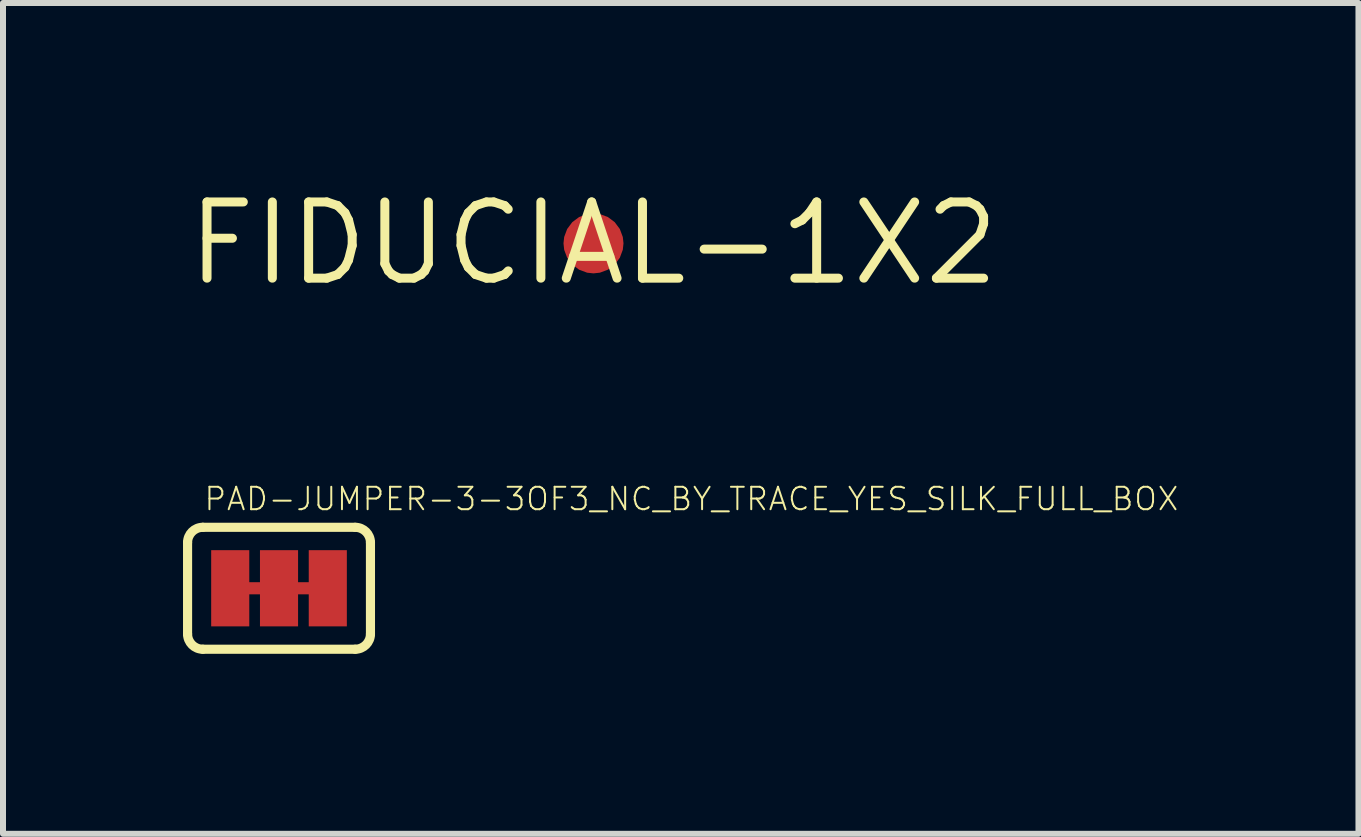
<source format=kicad_pcb>
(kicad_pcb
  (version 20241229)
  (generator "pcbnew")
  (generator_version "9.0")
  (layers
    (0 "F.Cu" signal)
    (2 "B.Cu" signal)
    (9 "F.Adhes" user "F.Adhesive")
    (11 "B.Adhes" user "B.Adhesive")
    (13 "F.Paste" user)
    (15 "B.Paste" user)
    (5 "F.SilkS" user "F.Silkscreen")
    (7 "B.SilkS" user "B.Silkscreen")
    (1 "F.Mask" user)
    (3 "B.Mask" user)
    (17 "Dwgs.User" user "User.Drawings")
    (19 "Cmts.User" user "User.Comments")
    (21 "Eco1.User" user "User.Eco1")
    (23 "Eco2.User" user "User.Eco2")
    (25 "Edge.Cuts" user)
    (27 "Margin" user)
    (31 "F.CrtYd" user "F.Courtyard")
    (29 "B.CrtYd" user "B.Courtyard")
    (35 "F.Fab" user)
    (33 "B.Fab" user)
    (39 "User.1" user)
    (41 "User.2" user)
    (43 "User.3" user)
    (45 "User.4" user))
  (footprint "FIDUCIAL-1X2"
    (layer "F.Cu")
    (at 6.841 1.006)
    (property "Reference" "FIDUCIAL-1X2" (at 0 0 0) (layer "F.SilkS") (effects (font (size 1.27 1.27) (thickness 0.15))))
    (pad "1" smd roundrect (at 0 0) (size 1 1) (layers "F.Cu" "F.Mask") (roundrect_rratio 0.5)))
  (footprint "PAD-JUMPER-3-3OF3_NC_BY_TRACE_YES_SILK_FULL_BOX"
    (layer "F.Cu")
    (at 1.6 6.754)
    (property "Reference" "PAD-JUMPER-3-3OF3_NC_BY_TRACE_YES_SILK_FULL_BOX" (at -1.27 -1.27 0) (layer "F.SilkS") (effects (font (size 0.374 0.374) (thickness 0.033)) (justify left bottom)))
    (fp_line (start -1.016 0) (end -0.254 0) (stroke (width 0.203) (type solid)) (layer "F.Cu"))
    (fp_line (start 0.254 0) (end 1.016 0) (stroke (width 0.203) (type solid)) (layer "F.Cu"))
    (fp_line (start -1.524 0.762) (end -1.524 -0.762) (stroke (width 0.152) (type solid)) (layer "F.SilkS"))
    (fp_line (start -1.27 -1.016) (end 1.27 -1.016) (stroke (width 0.152) (type solid)) (layer "F.SilkS"))
    (fp_line (start 1.27 1.016) (end -1.27 1.016) (stroke (width 0.152) (type solid)) (layer "F.SilkS"))
    (fp_line (start 1.524 0.762) (end 1.524 -0.762) (stroke (width 0.152) (type solid)) (layer "F.SilkS"))
    (fp_arc (start -1.524 -0.762) (mid -1.449605 -0.941605) (end -1.27 -1.016) (stroke (width 0.1524) (type solid)) (layer "F.SilkS"))
    (fp_arc (start -1.27 1.016) (mid -1.449605 0.941605) (end -1.524 0.762) (stroke (width 0.1524) (type solid)) (layer "F.SilkS"))
    (fp_arc (start 1.27 -1.016) (mid 1.449605 -0.941605) (end 1.524 -0.762) (stroke (width 0.1524) (type solid)) (layer "F.SilkS"))
    (fp_arc (start 1.524 0.762) (mid 1.449605 0.941605) (end 1.27 1.016) (stroke (width 0.1524) (type solid)) (layer "F.SilkS"))
    (pad "1" smd rect (at -0.813 0) (size 0.635 1.27) (layers "F.Cu" "F.Mask"))
    (pad "2" smd rect (at 0 0) (size 0.635 1.27) (layers "F.Cu" "F.Mask"))
    (pad "3" smd rect (at 0.813 0) (size 0.635 1.27) (layers "F.Cu" "F.Mask")))
  (gr_rect
    (start -3 -3)
    (end 19.59 10.846)
    (stroke (width 0.1) (type default))
    (fill no)
    (layer "Edge.Cuts")))
</source>
